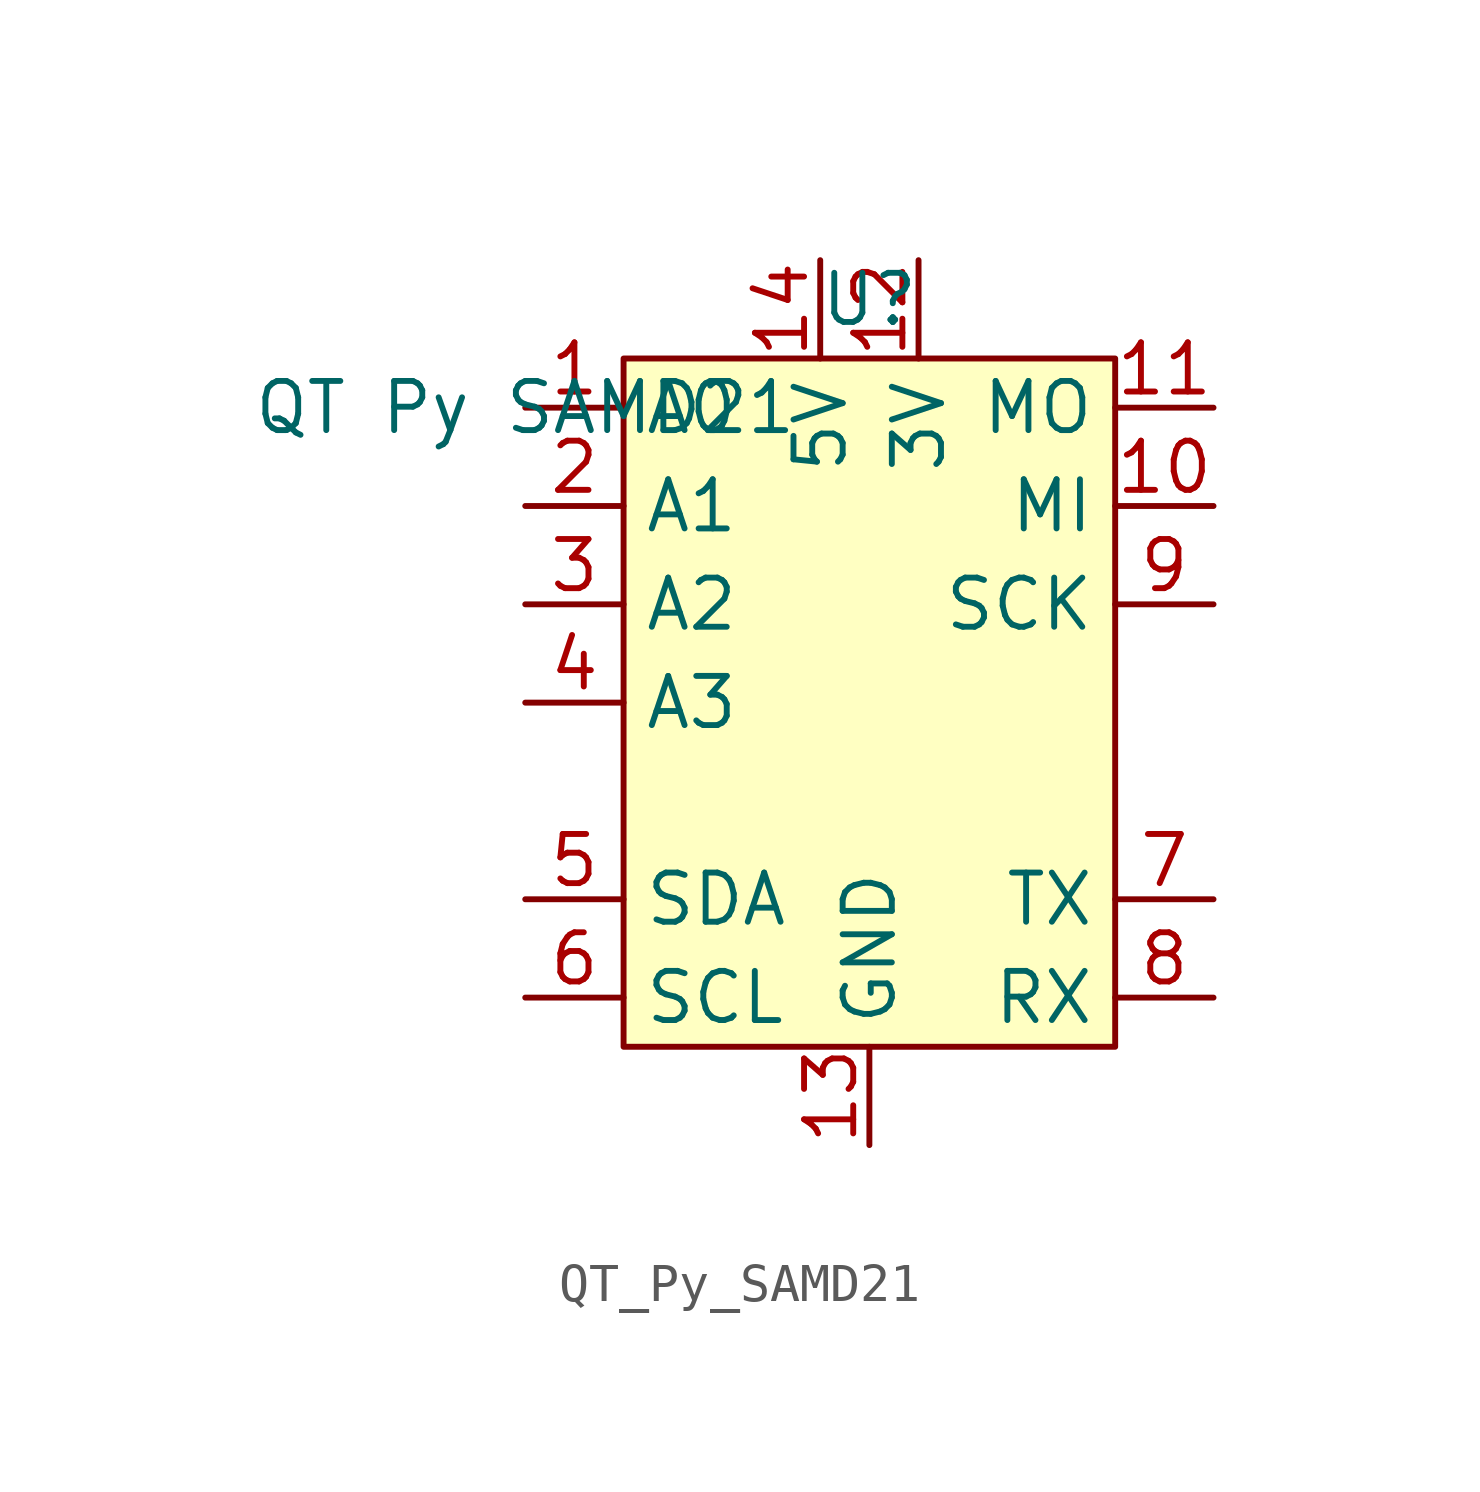
<source format=kicad_sym>
(kicad_symbol_lib
  (version 20231120)
  (generator "kicad_symbol_editor")
  (generator_version "8.0")
  (symbol "QT_Py_SAMD21"
    (property "Reference" "U"
      (at 0 10.414 0)
      (effects (font (size 1.27 1.27))))
    (property "Value" "QT Py SAMD21"
      (at -8.89 7.62 0)
      (effects (font (size 1.27 1.27))))
    (symbol "QT_Py_SAMD21_0_0"
      (pin bidirectional line (at -8.89 7.62 0) (length 2.54) (name "A0" (effects (font (size 1.27 1.27)))) (number "1" (effects (font (size 1.27 1.27)))))
      (pin bidirectional line (at 8.89 5.08 180) (length 2.54) (name "MI" (effects (font (size 1.27 1.27)))) (number "10" (effects (font (size 1.27 1.27)))))
      (pin bidirectional line (at 8.89 7.62 180) (length 2.54) (name "MO" (effects (font (size 1.27 1.27)))) (number "11" (effects (font (size 1.27 1.27)))))
      (pin power_in line (at 1.27 11.43 270) (length 2.54) (name "3V" (effects (font (size 1.27 1.27)))) (number "12" (effects (font (size 1.27 1.27)))))
      (pin power_in line (at 0 -11.43 90) (length 2.54) (name "GND" (effects (font (size 1.27 1.27)))) (number "13" (effects (font (size 1.27 1.27)))))
      (pin power_in line (at -1.27 11.43 270) (length 2.54) (name "5V" (effects (font (size 1.27 1.27)))) (number "14" (effects (font (size 1.27 1.27)))))
      (pin bidirectional line (at -8.89 5.08 0) (length 2.54) (name "A1" (effects (font (size 1.27 1.27)))) (number "2" (effects (font (size 1.27 1.27)))))
      (pin bidirectional line (at -8.89 2.54 0) (length 2.54) (name "A2" (effects (font (size 1.27 1.27)))) (number "3" (effects (font (size 1.27 1.27)))))
      (pin bidirectional line (at -8.89 0 0) (length 2.54) (name "A3" (effects (font (size 1.27 1.27)))) (number "4" (effects (font (size 1.27 1.27)))))
      (pin bidirectional line (at -8.89 -5.08 0) (length 2.54) (name "SDA" (effects (font (size 1.27 1.27)))) (number "5" (effects (font (size 1.27 1.27)))))
      (pin bidirectional line (at -8.89 -7.62 0) (length 2.54) (name "SCL" (effects (font (size 1.27 1.27)))) (number "6" (effects (font (size 1.27 1.27)))))
      (pin bidirectional line (at 8.89 -5.08 180) (length 2.54) (name "TX" (effects (font (size 1.27 1.27)))) (number "7" (effects (font (size 1.27 1.27)))))
      (pin bidirectional line (at 8.89 -7.62 180) (length 2.54) (name "RX" (effects (font (size 1.27 1.27)))) (number "8" (effects (font (size 1.27 1.27)))))
      (pin bidirectional line (at 8.89 2.54 180) (length 2.54) (name "SCK" (effects (font (size 1.27 1.27)))) (number "9" (effects (font (size 1.27 1.27))))))
    (symbol "QT_Py_SAMD21_1_1"
      (rectangle (start -6.35 8.89) (end 6.35 -8.89) (stroke (width 0) (type default)) (fill (type background))))))
</source>
